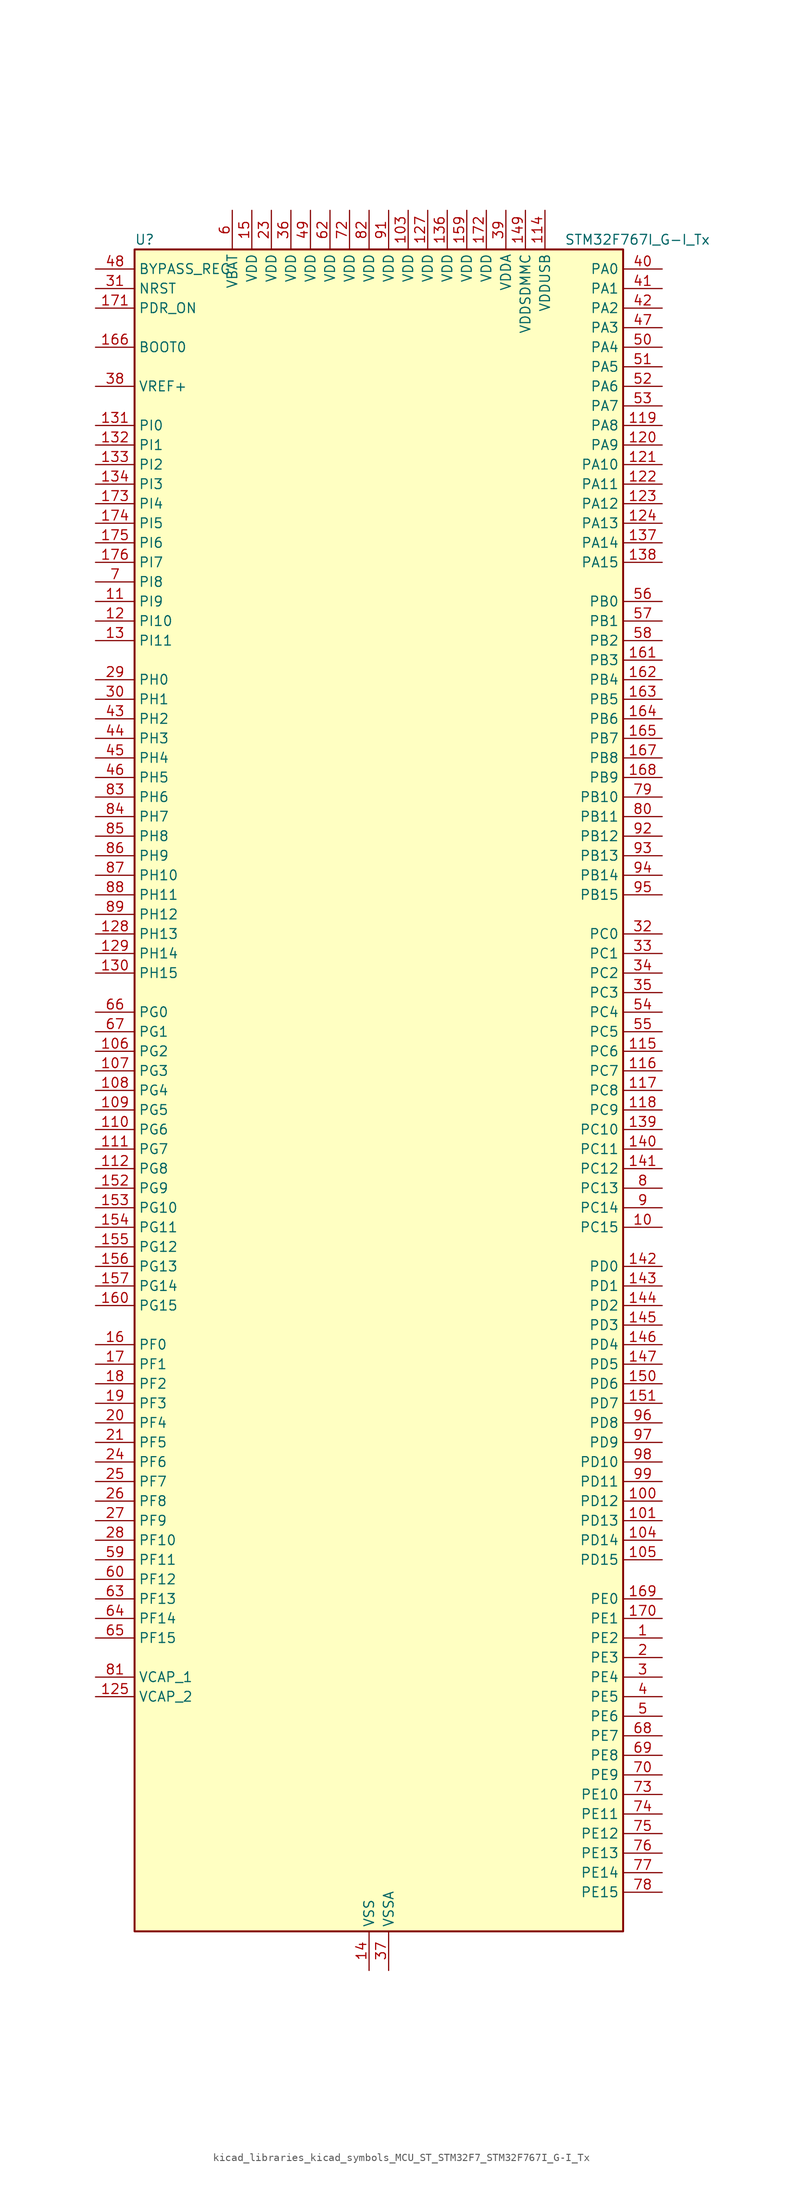
<source format=kicad_sym>
(kicad_symbol_lib
  (version 20220914)
  (generator kicad_symbol_editor)
  (symbol "kicad_libraries_kicad_symbols_MCU_ST_STM32F7_STM32F767I_G-I_Tx"
    (property "Reference" "U"
      (at -30.48 110.49 0)
      (effects (font (size 1.27 1.27)) (justify left)))
    (property "Value" "STM32F767I_G-I_Tx"
      (at 25.4 110.49 0)
      (effects (font (size 1.27 1.27)) (justify left)))
    (property "ki_locked" ""
      (at 0 0 0)
      (effects (font (size 1.27 1.27))))
    (symbol "kicad_libraries_kicad_symbols_MCU_ST_STM32F7_STM32F767I_G-I_Tx_0_1"
      (rectangle (start -30.48 -109.22) (end 33.02 109.22) (stroke (width 0.254) (type default)) (fill (type background))))
    (symbol "kicad_libraries_kicad_symbols_MCU_ST_STM32F7_STM32F767I_G-I_Tx_1_1"
      (pin bidirectional line (at 38.1 -71.12 180) (length 5.08) (name "PE2" (effects (font (size 1.27 1.27)))) (number "1" (effects (font (size 1.27 1.27)))) (alternate "ETH_TXD3" bidirectional line) (alternate "FMC_A23" bidirectional line) (alternate "QUADSPI_BK1_IO2" bidirectional line) (alternate "SAI1_MCLK_A" bidirectional line) (alternate "SPI4_SCK" bidirectional line) (alternate "SYS_TRACECLK" bidirectional line))
      (pin bidirectional line (at 38.1 -17.78 180) (length 5.08) (name "PC15" (effects (font (size 1.27 1.27)))) (number "10" (effects (font (size 1.27 1.27)))) (alternate "RCC_OSC32_OUT" bidirectional line))
      (pin bidirectional line (at 38.1 -53.34 180) (length 5.08) (name "PD12" (effects (font (size 1.27 1.27)))) (number "100" (effects (font (size 1.27 1.27)))) (alternate "FMC_A17" bidirectional line) (alternate "FMC_ALE" bidirectional line) (alternate "I2C4_SCL" bidirectional line) (alternate "LPTIM1_IN1" bidirectional line) (alternate "QUADSPI_BK1_IO1" bidirectional line) (alternate "SAI2_FS_A" bidirectional line) (alternate "TIM4_CH1" bidirectional line) (alternate "USART3_DE" bidirectional line) (alternate "USART3_RTS" bidirectional line))
      (pin bidirectional line (at 38.1 -55.88 180) (length 5.08) (name "PD13" (effects (font (size 1.27 1.27)))) (number "101" (effects (font (size 1.27 1.27)))) (alternate "FMC_A18" bidirectional line) (alternate "I2C4_SDA" bidirectional line) (alternate "LPTIM1_OUT" bidirectional line) (alternate "QUADSPI_BK1_IO3" bidirectional line) (alternate "SAI2_SCK_A" bidirectional line) (alternate "TIM4_CH2" bidirectional line))
      (pin passive line (at 0 -114.3 90) (length 5.08) hide (name "VSS" (effects (font (size 1.27 1.27)))) (number "102" (effects (font (size 1.27 1.27)))))
      (pin power_in line (at 5.08 114.3 270) (length 5.08) (name "VDD" (effects (font (size 1.27 1.27)))) (number "103" (effects (font (size 1.27 1.27)))))
      (pin bidirectional line (at 38.1 -58.42 180) (length 5.08) (name "PD14" (effects (font (size 1.27 1.27)))) (number "104" (effects (font (size 1.27 1.27)))) (alternate "FMC_D0" bidirectional line) (alternate "FMC_DA0" bidirectional line) (alternate "TIM4_CH3" bidirectional line) (alternate "UART8_CTS" bidirectional line))
      (pin bidirectional line (at 38.1 -60.96 180) (length 5.08) (name "PD15" (effects (font (size 1.27 1.27)))) (number "105" (effects (font (size 1.27 1.27)))) (alternate "FMC_D1" bidirectional line) (alternate "FMC_DA1" bidirectional line) (alternate "TIM4_CH4" bidirectional line) (alternate "UART8_DE" bidirectional line) (alternate "UART8_RTS" bidirectional line))
      (pin bidirectional line (at -35.56 5.08 0) (length 5.08) (name "PG2" (effects (font (size 1.27 1.27)))) (number "106" (effects (font (size 1.27 1.27)))) (alternate "FMC_A12" bidirectional line))
      (pin bidirectional line (at -35.56 2.54 0) (length 5.08) (name "PG3" (effects (font (size 1.27 1.27)))) (number "107" (effects (font (size 1.27 1.27)))) (alternate "FMC_A13" bidirectional line))
      (pin bidirectional line (at -35.56 0 0) (length 5.08) (name "PG4" (effects (font (size 1.27 1.27)))) (number "108" (effects (font (size 1.27 1.27)))) (alternate "FMC_A14" bidirectional line) (alternate "FMC_BA0" bidirectional line))
      (pin bidirectional line (at -35.56 -2.54 0) (length 5.08) (name "PG5" (effects (font (size 1.27 1.27)))) (number "109" (effects (font (size 1.27 1.27)))) (alternate "FMC_A15" bidirectional line) (alternate "FMC_BA1" bidirectional line))
      (pin bidirectional line (at -35.56 63.5 0) (length 5.08) (name "PI9" (effects (font (size 1.27 1.27)))) (number "11" (effects (font (size 1.27 1.27)))) (alternate "CAN1_RX" bidirectional line) (alternate "DAC_EXTI9" bidirectional line) (alternate "FMC_D30" bidirectional line) (alternate "LTDC_VSYNC" bidirectional line) (alternate "UART4_RX" bidirectional line))
      (pin bidirectional line (at -35.56 -5.08 0) (length 5.08) (name "PG6" (effects (font (size 1.27 1.27)))) (number "110" (effects (font (size 1.27 1.27)))) (alternate "DCMI_D12" bidirectional line) (alternate "FMC_NE3" bidirectional line) (alternate "LTDC_R7" bidirectional line))
      (pin bidirectional line (at -35.56 -7.62 0) (length 5.08) (name "PG7" (effects (font (size 1.27 1.27)))) (number "111" (effects (font (size 1.27 1.27)))) (alternate "DCMI_D13" bidirectional line) (alternate "FMC_INT" bidirectional line) (alternate "LTDC_CLK" bidirectional line) (alternate "SAI1_MCLK_A" bidirectional line) (alternate "USART6_CK" bidirectional line))
      (pin bidirectional line (at -35.56 -10.16 0) (length 5.08) (name "PG8" (effects (font (size 1.27 1.27)))) (number "112" (effects (font (size 1.27 1.27)))) (alternate "ETH_PPS_OUT" bidirectional line) (alternate "FMC_SDCLK" bidirectional line) (alternate "LTDC_G7" bidirectional line) (alternate "SPDIFRX_IN2" bidirectional line) (alternate "SPI6_NSS" bidirectional line) (alternate "USART6_DE" bidirectional line) (alternate "USART6_RTS" bidirectional line))
      (pin passive line (at 0 -114.3 90) (length 5.08) hide (name "VSS" (effects (font (size 1.27 1.27)))) (number "113" (effects (font (size 1.27 1.27)))))
      (pin power_in line (at 22.86 114.3 270) (length 5.08) (name "VDDUSB" (effects (font (size 1.27 1.27)))) (number "114" (effects (font (size 1.27 1.27)))))
      (pin bidirectional line (at 38.1 5.08 180) (length 5.08) (name "PC6" (effects (font (size 1.27 1.27)))) (number "115" (effects (font (size 1.27 1.27)))) (alternate "DCMI_D0" bidirectional line) (alternate "DFSDM1_CKIN3" bidirectional line) (alternate "FMC_NWAIT" bidirectional line) (alternate "I2S2_MCK" bidirectional line) (alternate "LTDC_HSYNC" bidirectional line) (alternate "SDMMC1_D6" bidirectional line) (alternate "SDMMC2_D6" bidirectional line) (alternate "TIM3_CH1" bidirectional line) (alternate "TIM8_CH1" bidirectional line) (alternate "USART6_TX" bidirectional line))
      (pin bidirectional line (at 38.1 2.54 180) (length 5.08) (name "PC7" (effects (font (size 1.27 1.27)))) (number "116" (effects (font (size 1.27 1.27)))) (alternate "DCMI_D1" bidirectional line) (alternate "DFSDM1_DATIN3" bidirectional line) (alternate "FMC_NE1" bidirectional line) (alternate "I2S3_MCK" bidirectional line) (alternate "LTDC_G6" bidirectional line) (alternate "SDMMC1_D7" bidirectional line) (alternate "SDMMC2_D7" bidirectional line) (alternate "TIM3_CH2" bidirectional line) (alternate "TIM8_CH2" bidirectional line) (alternate "USART6_RX" bidirectional line))
      (pin bidirectional line (at 38.1 0 180) (length 5.08) (name "PC8" (effects (font (size 1.27 1.27)))) (number "117" (effects (font (size 1.27 1.27)))) (alternate "DCMI_D2" bidirectional line) (alternate "FMC_NCE" bidirectional line) (alternate "FMC_NE2" bidirectional line) (alternate "SDMMC1_D0" bidirectional line) (alternate "SYS_TRACED1" bidirectional line) (alternate "TIM3_CH3" bidirectional line) (alternate "TIM8_CH3" bidirectional line) (alternate "UART5_DE" bidirectional line) (alternate "UART5_RTS" bidirectional line) (alternate "USART6_CK" bidirectional line))
      (pin bidirectional line (at 38.1 -2.54 180) (length 5.08) (name "PC9" (effects (font (size 1.27 1.27)))) (number "118" (effects (font (size 1.27 1.27)))) (alternate "DAC_EXTI9" bidirectional line) (alternate "DCMI_D3" bidirectional line) (alternate "I2C3_SDA" bidirectional line) (alternate "I2S_CKIN" bidirectional line) (alternate "LTDC_B2" bidirectional line) (alternate "LTDC_G3" bidirectional line) (alternate "QUADSPI_BK1_IO0" bidirectional line) (alternate "RCC_MCO_2" bidirectional line) (alternate "SDMMC1_D1" bidirectional line) (alternate "TIM3_CH4" bidirectional line) (alternate "TIM8_CH4" bidirectional line) (alternate "UART5_CTS" bidirectional line))
      (pin bidirectional line (at 38.1 86.36 180) (length 5.08) (name "PA8" (effects (font (size 1.27 1.27)))) (number "119" (effects (font (size 1.27 1.27)))) (alternate "CAN3_RX" bidirectional line) (alternate "I2C3_SCL" bidirectional line) (alternate "LTDC_B3" bidirectional line) (alternate "LTDC_R6" bidirectional line) (alternate "RCC_MCO_1" bidirectional line) (alternate "TIM1_CH1" bidirectional line) (alternate "TIM8_BKIN2" bidirectional line) (alternate "UART7_RX" bidirectional line) (alternate "USART1_CK" bidirectional line) (alternate "USB_OTG_FS_SOF" bidirectional line))
      (pin bidirectional line (at -35.56 60.96 0) (length 5.08) (name "PI10" (effects (font (size 1.27 1.27)))) (number "12" (effects (font (size 1.27 1.27)))) (alternate "ETH_RX_ER" bidirectional line) (alternate "FMC_D31" bidirectional line) (alternate "LTDC_HSYNC" bidirectional line))
      (pin bidirectional line (at 38.1 83.82 180) (length 5.08) (name "PA9" (effects (font (size 1.27 1.27)))) (number "120" (effects (font (size 1.27 1.27)))) (alternate "DAC_EXTI9" bidirectional line) (alternate "DCMI_D0" bidirectional line) (alternate "I2C3_SMBA" bidirectional line) (alternate "I2S2_CK" bidirectional line) (alternate "LTDC_R5" bidirectional line) (alternate "SPI2_SCK" bidirectional line) (alternate "TIM1_CH2" bidirectional line) (alternate "USART1_TX" bidirectional line) (alternate "USB_OTG_FS_VBUS" bidirectional line))
      (pin bidirectional line (at 38.1 81.28 180) (length 5.08) (name "PA10" (effects (font (size 1.27 1.27)))) (number "121" (effects (font (size 1.27 1.27)))) (alternate "DCMI_D1" bidirectional line) (alternate "LTDC_B1" bidirectional line) (alternate "LTDC_B4" bidirectional line) (alternate "MDIOS_MDIO" bidirectional line) (alternate "TIM1_CH3" bidirectional line) (alternate "USART1_RX" bidirectional line) (alternate "USB_OTG_FS_ID" bidirectional line))
      (pin bidirectional line (at 38.1 78.74 180) (length 5.08) (name "PA11" (effects (font (size 1.27 1.27)))) (number "122" (effects (font (size 1.27 1.27)))) (alternate "ADC1_EXTI11" bidirectional line) (alternate "ADC2_EXTI11" bidirectional line) (alternate "ADC3_EXTI11" bidirectional line) (alternate "CAN1_RX" bidirectional line) (alternate "I2S2_WS" bidirectional line) (alternate "LTDC_R4" bidirectional line) (alternate "SPI2_NSS" bidirectional line) (alternate "TIM1_CH4" bidirectional line) (alternate "UART4_RX" bidirectional line) (alternate "USART1_CTS" bidirectional line) (alternate "USB_OTG_FS_DM" bidirectional line))
      (pin bidirectional line (at 38.1 76.2 180) (length 5.08) (name "PA12" (effects (font (size 1.27 1.27)))) (number "123" (effects (font (size 1.27 1.27)))) (alternate "CAN1_TX" bidirectional line) (alternate "I2S2_CK" bidirectional line) (alternate "LTDC_R5" bidirectional line) (alternate "SAI2_FS_B" bidirectional line) (alternate "SPI2_SCK" bidirectional line) (alternate "TIM1_ETR" bidirectional line) (alternate "UART4_TX" bidirectional line) (alternate "USART1_DE" bidirectional line) (alternate "USART1_RTS" bidirectional line) (alternate "USB_OTG_FS_DP" bidirectional line))
      (pin bidirectional line (at 38.1 73.66 180) (length 5.08) (name "PA13" (effects (font (size 1.27 1.27)))) (number "124" (effects (font (size 1.27 1.27)))) (alternate "SYS_JTMS-SWDIO" bidirectional line))
      (pin power_out line (at -35.56 -78.74 0) (length 5.08) (name "VCAP_2" (effects (font (size 1.27 1.27)))) (number "125" (effects (font (size 1.27 1.27)))))
      (pin passive line (at 0 -114.3 90) (length 5.08) hide (name "VSS" (effects (font (size 1.27 1.27)))) (number "126" (effects (font (size 1.27 1.27)))))
      (pin power_in line (at 7.62 114.3 270) (length 5.08) (name "VDD" (effects (font (size 1.27 1.27)))) (number "127" (effects (font (size 1.27 1.27)))))
      (pin bidirectional line (at -35.56 20.32 0) (length 5.08) (name "PH13" (effects (font (size 1.27 1.27)))) (number "128" (effects (font (size 1.27 1.27)))) (alternate "CAN1_TX" bidirectional line) (alternate "FMC_D21" bidirectional line) (alternate "LTDC_G2" bidirectional line) (alternate "TIM8_CH1N" bidirectional line) (alternate "UART4_TX" bidirectional line))
      (pin bidirectional line (at -35.56 17.78 0) (length 5.08) (name "PH14" (effects (font (size 1.27 1.27)))) (number "129" (effects (font (size 1.27 1.27)))) (alternate "CAN1_RX" bidirectional line) (alternate "DCMI_D4" bidirectional line) (alternate "FMC_D22" bidirectional line) (alternate "LTDC_G3" bidirectional line) (alternate "TIM8_CH2N" bidirectional line) (alternate "UART4_RX" bidirectional line))
      (pin bidirectional line (at -35.56 58.42 0) (length 5.08) (name "PI11" (effects (font (size 1.27 1.27)))) (number "13" (effects (font (size 1.27 1.27)))) (alternate "ADC1_EXTI11" bidirectional line) (alternate "ADC2_EXTI11" bidirectional line) (alternate "ADC3_EXTI11" bidirectional line) (alternate "LTDC_G6" bidirectional line) (alternate "SYS_WKUP6" bidirectional line) (alternate "USB_OTG_HS_ULPI_DIR" bidirectional line))
      (pin bidirectional line (at -35.56 15.24 0) (length 5.08) (name "PH15" (effects (font (size 1.27 1.27)))) (number "130" (effects (font (size 1.27 1.27)))) (alternate "DCMI_D11" bidirectional line) (alternate "FMC_D23" bidirectional line) (alternate "LTDC_G4" bidirectional line) (alternate "TIM8_CH3N" bidirectional line))
      (pin bidirectional line (at -35.56 86.36 0) (length 5.08) (name "PI0" (effects (font (size 1.27 1.27)))) (number "131" (effects (font (size 1.27 1.27)))) (alternate "DCMI_D13" bidirectional line) (alternate "FMC_D24" bidirectional line) (alternate "I2S2_WS" bidirectional line) (alternate "LTDC_G5" bidirectional line) (alternate "SPI2_NSS" bidirectional line) (alternate "TIM5_CH4" bidirectional line))
      (pin bidirectional line (at -35.56 83.82 0) (length 5.08) (name "PI1" (effects (font (size 1.27 1.27)))) (number "132" (effects (font (size 1.27 1.27)))) (alternate "DCMI_D8" bidirectional line) (alternate "FMC_D25" bidirectional line) (alternate "I2S2_CK" bidirectional line) (alternate "LTDC_G6" bidirectional line) (alternate "SPI2_SCK" bidirectional line) (alternate "TIM8_BKIN2" bidirectional line))
      (pin bidirectional line (at -35.56 81.28 0) (length 5.08) (name "PI2" (effects (font (size 1.27 1.27)))) (number "133" (effects (font (size 1.27 1.27)))) (alternate "DCMI_D9" bidirectional line) (alternate "FMC_D26" bidirectional line) (alternate "LTDC_G7" bidirectional line) (alternate "SPI2_MISO" bidirectional line) (alternate "TIM8_CH4" bidirectional line))
      (pin bidirectional line (at -35.56 78.74 0) (length 5.08) (name "PI3" (effects (font (size 1.27 1.27)))) (number "134" (effects (font (size 1.27 1.27)))) (alternate "DCMI_D10" bidirectional line) (alternate "FMC_D27" bidirectional line) (alternate "I2S2_SD" bidirectional line) (alternate "SPI2_MOSI" bidirectional line) (alternate "TIM8_ETR" bidirectional line))
      (pin passive line (at 0 -114.3 90) (length 5.08) hide (name "VSS" (effects (font (size 1.27 1.27)))) (number "135" (effects (font (size 1.27 1.27)))))
      (pin power_in line (at 10.16 114.3 270) (length 5.08) (name "VDD" (effects (font (size 1.27 1.27)))) (number "136" (effects (font (size 1.27 1.27)))))
      (pin bidirectional line (at 38.1 71.12 180) (length 5.08) (name "PA14" (effects (font (size 1.27 1.27)))) (number "137" (effects (font (size 1.27 1.27)))) (alternate "SYS_JTCK-SWCLK" bidirectional line))
      (pin bidirectional line (at 38.1 68.58 180) (length 5.08) (name "PA15" (effects (font (size 1.27 1.27)))) (number "138" (effects (font (size 1.27 1.27)))) (alternate "CAN3_TX" bidirectional line) (alternate "CEC" bidirectional line) (alternate "I2S1_WS" bidirectional line) (alternate "I2S3_WS" bidirectional line) (alternate "SPI1_NSS" bidirectional line) (alternate "SPI3_NSS" bidirectional line) (alternate "SPI6_NSS" bidirectional line) (alternate "SYS_JTDI" bidirectional line) (alternate "TIM2_CH1" bidirectional line) (alternate "TIM2_ETR" bidirectional line) (alternate "UART4_DE" bidirectional line) (alternate "UART4_RTS" bidirectional line) (alternate "UART7_TX" bidirectional line))
      (pin bidirectional line (at 38.1 -5.08 180) (length 5.08) (name "PC10" (effects (font (size 1.27 1.27)))) (number "139" (effects (font (size 1.27 1.27)))) (alternate "DCMI_D8" bidirectional line) (alternate "DFSDM1_CKIN5" bidirectional line) (alternate "I2S3_CK" bidirectional line) (alternate "LTDC_R2" bidirectional line) (alternate "QUADSPI_BK1_IO1" bidirectional line) (alternate "SDMMC1_D2" bidirectional line) (alternate "SPI3_SCK" bidirectional line) (alternate "UART4_TX" bidirectional line) (alternate "USART3_TX" bidirectional line))
      (pin power_in line (at 0 -114.3 90) (length 5.08) (name "VSS" (effects (font (size 1.27 1.27)))) (number "14" (effects (font (size 1.27 1.27)))))
      (pin bidirectional line (at 38.1 -7.62 180) (length 5.08) (name "PC11" (effects (font (size 1.27 1.27)))) (number "140" (effects (font (size 1.27 1.27)))) (alternate "ADC1_EXTI11" bidirectional line) (alternate "ADC2_EXTI11" bidirectional line) (alternate "ADC3_EXTI11" bidirectional line) (alternate "DCMI_D4" bidirectional line) (alternate "DFSDM1_DATIN5" bidirectional line) (alternate "QUADSPI_BK2_NCS" bidirectional line) (alternate "SDMMC1_D3" bidirectional line) (alternate "SPI3_MISO" bidirectional line) (alternate "UART4_RX" bidirectional line) (alternate "USART3_RX" bidirectional line))
      (pin bidirectional line (at 38.1 -10.16 180) (length 5.08) (name "PC12" (effects (font (size 1.27 1.27)))) (number "141" (effects (font (size 1.27 1.27)))) (alternate "DCMI_D9" bidirectional line) (alternate "I2S3_SD" bidirectional line) (alternate "SDMMC1_CK" bidirectional line) (alternate "SPI3_MOSI" bidirectional line) (alternate "SYS_TRACED3" bidirectional line) (alternate "UART5_TX" bidirectional line) (alternate "USART3_CK" bidirectional line))
      (pin bidirectional line (at 38.1 -22.86 180) (length 5.08) (name "PD0" (effects (font (size 1.27 1.27)))) (number "142" (effects (font (size 1.27 1.27)))) (alternate "CAN1_RX" bidirectional line) (alternate "DFSDM1_CKIN6" bidirectional line) (alternate "DFSDM1_DATIN7" bidirectional line) (alternate "FMC_D2" bidirectional line) (alternate "FMC_DA2" bidirectional line) (alternate "UART4_RX" bidirectional line))
      (pin bidirectional line (at 38.1 -25.4 180) (length 5.08) (name "PD1" (effects (font (size 1.27 1.27)))) (number "143" (effects (font (size 1.27 1.27)))) (alternate "CAN1_TX" bidirectional line) (alternate "DFSDM1_CKIN7" bidirectional line) (alternate "DFSDM1_DATIN6" bidirectional line) (alternate "FMC_D3" bidirectional line) (alternate "FMC_DA3" bidirectional line) (alternate "UART4_TX" bidirectional line))
      (pin bidirectional line (at 38.1 -27.94 180) (length 5.08) (name "PD2" (effects (font (size 1.27 1.27)))) (number "144" (effects (font (size 1.27 1.27)))) (alternate "DCMI_D11" bidirectional line) (alternate "SDMMC1_CMD" bidirectional line) (alternate "SYS_TRACED2" bidirectional line) (alternate "TIM3_ETR" bidirectional line) (alternate "UART5_RX" bidirectional line))
      (pin bidirectional line (at 38.1 -30.48 180) (length 5.08) (name "PD3" (effects (font (size 1.27 1.27)))) (number "145" (effects (font (size 1.27 1.27)))) (alternate "DCMI_D5" bidirectional line) (alternate "DFSDM1_CKOUT" bidirectional line) (alternate "DFSDM1_DATIN0" bidirectional line) (alternate "FMC_CLK" bidirectional line) (alternate "I2S2_CK" bidirectional line) (alternate "LTDC_G7" bidirectional line) (alternate "SPI2_SCK" bidirectional line) (alternate "USART2_CTS" bidirectional line))
      (pin bidirectional line (at 38.1 -33.02 180) (length 5.08) (name "PD4" (effects (font (size 1.27 1.27)))) (number "146" (effects (font (size 1.27 1.27)))) (alternate "DFSDM1_CKIN0" bidirectional line) (alternate "FMC_NOE" bidirectional line) (alternate "USART2_DE" bidirectional line) (alternate "USART2_RTS" bidirectional line))
      (pin bidirectional line (at 38.1 -35.56 180) (length 5.08) (name "PD5" (effects (font (size 1.27 1.27)))) (number "147" (effects (font (size 1.27 1.27)))) (alternate "FMC_NWE" bidirectional line) (alternate "USART2_TX" bidirectional line))
      (pin passive line (at 0 -114.3 90) (length 5.08) hide (name "VSS" (effects (font (size 1.27 1.27)))) (number "148" (effects (font (size 1.27 1.27)))))
      (pin power_in line (at 20.32 114.3 270) (length 5.08) (name "VDDSDMMC" (effects (font (size 1.27 1.27)))) (number "149" (effects (font (size 1.27 1.27)))))
      (pin power_in line (at -15.24 114.3 270) (length 5.08) (name "VDD" (effects (font (size 1.27 1.27)))) (number "15" (effects (font (size 1.27 1.27)))))
      (pin bidirectional line (at 38.1 -38.1 180) (length 5.08) (name "PD6" (effects (font (size 1.27 1.27)))) (number "150" (effects (font (size 1.27 1.27)))) (alternate "DCMI_D10" bidirectional line) (alternate "DFSDM1_CKIN4" bidirectional line) (alternate "DFSDM1_DATIN1" bidirectional line) (alternate "FMC_NWAIT" bidirectional line) (alternate "I2S3_SD" bidirectional line) (alternate "LTDC_B2" bidirectional line) (alternate "SAI1_SD_A" bidirectional line) (alternate "SDMMC2_CK" bidirectional line) (alternate "SPI3_MOSI" bidirectional line) (alternate "USART2_RX" bidirectional line))
      (pin bidirectional line (at 38.1 -40.64 180) (length 5.08) (name "PD7" (effects (font (size 1.27 1.27)))) (number "151" (effects (font (size 1.27 1.27)))) (alternate "DFSDM1_CKIN1" bidirectional line) (alternate "DFSDM1_DATIN4" bidirectional line) (alternate "FMC_NE1" bidirectional line) (alternate "I2S1_SD" bidirectional line) (alternate "SDMMC2_CMD" bidirectional line) (alternate "SPDIFRX_IN0" bidirectional line) (alternate "SPI1_MOSI" bidirectional line) (alternate "USART2_CK" bidirectional line))
      (pin bidirectional line (at -35.56 -12.7 0) (length 5.08) (name "PG9" (effects (font (size 1.27 1.27)))) (number "152" (effects (font (size 1.27 1.27)))) (alternate "DAC_EXTI9" bidirectional line) (alternate "DCMI_VSYNC" bidirectional line) (alternate "FMC_NCE" bidirectional line) (alternate "FMC_NE2" bidirectional line) (alternate "QUADSPI_BK2_IO2" bidirectional line) (alternate "SAI2_FS_B" bidirectional line) (alternate "SDMMC2_D0" bidirectional line) (alternate "SPDIFRX_IN3" bidirectional line) (alternate "SPI1_MISO" bidirectional line) (alternate "USART6_RX" bidirectional line))
      (pin bidirectional line (at -35.56 -15.24 0) (length 5.08) (name "PG10" (effects (font (size 1.27 1.27)))) (number "153" (effects (font (size 1.27 1.27)))) (alternate "DCMI_D2" bidirectional line) (alternate "FMC_NE3" bidirectional line) (alternate "I2S1_WS" bidirectional line) (alternate "LTDC_B2" bidirectional line) (alternate "LTDC_G3" bidirectional line) (alternate "SAI2_SD_B" bidirectional line) (alternate "SDMMC2_D1" bidirectional line) (alternate "SPI1_NSS" bidirectional line))
      (pin bidirectional line (at -35.56 -17.78 0) (length 5.08) (name "PG11" (effects (font (size 1.27 1.27)))) (number "154" (effects (font (size 1.27 1.27)))) (alternate "ADC1_EXTI11" bidirectional line) (alternate "ADC2_EXTI11" bidirectional line) (alternate "ADC3_EXTI11" bidirectional line) (alternate "DCMI_D3" bidirectional line) (alternate "ETH_TX_EN" bidirectional line) (alternate "I2S1_CK" bidirectional line) (alternate "LTDC_B3" bidirectional line) (alternate "SDMMC2_D2" bidirectional line) (alternate "SPDIFRX_IN0" bidirectional line) (alternate "SPI1_SCK" bidirectional line))
      (pin bidirectional line (at -35.56 -20.32 0) (length 5.08) (name "PG12" (effects (font (size 1.27 1.27)))) (number "155" (effects (font (size 1.27 1.27)))) (alternate "FMC_NE4" bidirectional line) (alternate "LPTIM1_IN1" bidirectional line) (alternate "LTDC_B1" bidirectional line) (alternate "LTDC_B4" bidirectional line) (alternate "SDMMC2_D3" bidirectional line) (alternate "SPDIFRX_IN1" bidirectional line) (alternate "SPI6_MISO" bidirectional line) (alternate "USART6_DE" bidirectional line) (alternate "USART6_RTS" bidirectional line))
      (pin bidirectional line (at -35.56 -22.86 0) (length 5.08) (name "PG13" (effects (font (size 1.27 1.27)))) (number "156" (effects (font (size 1.27 1.27)))) (alternate "ETH_TXD0" bidirectional line) (alternate "FMC_A24" bidirectional line) (alternate "LPTIM1_OUT" bidirectional line) (alternate "LTDC_R0" bidirectional line) (alternate "SPI6_SCK" bidirectional line) (alternate "SYS_TRACED0" bidirectional line) (alternate "USART6_CTS" bidirectional line))
      (pin bidirectional line (at -35.56 -25.4 0) (length 5.08) (name "PG14" (effects (font (size 1.27 1.27)))) (number "157" (effects (font (size 1.27 1.27)))) (alternate "ETH_TXD1" bidirectional line) (alternate "FMC_A25" bidirectional line) (alternate "LPTIM1_ETR" bidirectional line) (alternate "LTDC_B0" bidirectional line) (alternate "QUADSPI_BK2_IO3" bidirectional line) (alternate "SPI6_MOSI" bidirectional line) (alternate "SYS_TRACED1" bidirectional line) (alternate "USART6_TX" bidirectional line))
      (pin passive line (at 0 -114.3 90) (length 5.08) hide (name "VSS" (effects (font (size 1.27 1.27)))) (number "158" (effects (font (size 1.27 1.27)))))
      (pin power_in line (at 12.7 114.3 270) (length 5.08) (name "VDD" (effects (font (size 1.27 1.27)))) (number "159" (effects (font (size 1.27 1.27)))))
      (pin bidirectional line (at -35.56 -33.02 0) (length 5.08) (name "PF0" (effects (font (size 1.27 1.27)))) (number "16" (effects (font (size 1.27 1.27)))) (alternate "FMC_A0" bidirectional line) (alternate "I2C2_SDA" bidirectional line))
      (pin bidirectional line (at -35.56 -27.94 0) (length 5.08) (name "PG15" (effects (font (size 1.27 1.27)))) (number "160" (effects (font (size 1.27 1.27)))) (alternate "DCMI_D13" bidirectional line) (alternate "FMC_SDNCAS" bidirectional line) (alternate "USART6_CTS" bidirectional line))
      (pin bidirectional line (at 38.1 55.88 180) (length 5.08) (name "PB3" (effects (font (size 1.27 1.27)))) (number "161" (effects (font (size 1.27 1.27)))) (alternate "CAN3_RX" bidirectional line) (alternate "I2S1_CK" bidirectional line) (alternate "I2S3_CK" bidirectional line) (alternate "SDMMC2_D2" bidirectional line) (alternate "SPI1_SCK" bidirectional line) (alternate "SPI3_SCK" bidirectional line) (alternate "SPI6_SCK" bidirectional line) (alternate "SYS_JTDO-SWO" bidirectional line) (alternate "TIM2_CH2" bidirectional line) (alternate "UART7_RX" bidirectional line))
      (pin bidirectional line (at 38.1 53.34 180) (length 5.08) (name "PB4" (effects (font (size 1.27 1.27)))) (number "162" (effects (font (size 1.27 1.27)))) (alternate "CAN3_TX" bidirectional line) (alternate "I2S2_WS" bidirectional line) (alternate "SDMMC2_D3" bidirectional line) (alternate "SPI1_MISO" bidirectional line) (alternate "SPI2_NSS" bidirectional line) (alternate "SPI3_MISO" bidirectional line) (alternate "SPI6_MISO" bidirectional line) (alternate "SYS_JTRST" bidirectional line) (alternate "TIM3_CH1" bidirectional line) (alternate "UART7_TX" bidirectional line))
      (pin bidirectional line (at 38.1 50.8 180) (length 5.08) (name "PB5" (effects (font (size 1.27 1.27)))) (number "163" (effects (font (size 1.27 1.27)))) (alternate "CAN2_RX" bidirectional line) (alternate "DCMI_D10" bidirectional line) (alternate "ETH_PPS_OUT" bidirectional line) (alternate "FMC_SDCKE1" bidirectional line) (alternate "I2C1_SMBA" bidirectional line) (alternate "I2S1_SD" bidirectional line) (alternate "I2S3_SD" bidirectional line) (alternate "LTDC_G7" bidirectional line) (alternate "SPI1_MOSI" bidirectional line) (alternate "SPI3_MOSI" bidirectional line) (alternate "SPI6_MOSI" bidirectional line) (alternate "TIM3_CH2" bidirectional line) (alternate "UART5_RX" bidirectional line) (alternate "USB_OTG_HS_ULPI_D7" bidirectional line))
      (pin bidirectional line (at 38.1 48.26 180) (length 5.08) (name "PB6" (effects (font (size 1.27 1.27)))) (number "164" (effects (font (size 1.27 1.27)))) (alternate "CAN2_TX" bidirectional line) (alternate "CEC" bidirectional line) (alternate "DCMI_D5" bidirectional line) (alternate "DFSDM1_DATIN5" bidirectional line) (alternate "FMC_SDNE1" bidirectional line) (alternate "I2C1_SCL" bidirectional line) (alternate "I2C4_SCL" bidirectional line) (alternate "QUADSPI_BK1_NCS" bidirectional line) (alternate "TIM4_CH1" bidirectional line) (alternate "UART5_TX" bidirectional line) (alternate "USART1_TX" bidirectional line))
      (pin bidirectional line (at 38.1 45.72 180) (length 5.08) (name "PB7" (effects (font (size 1.27 1.27)))) (number "165" (effects (font (size 1.27 1.27)))) (alternate "DCMI_VSYNC" bidirectional line) (alternate "DFSDM1_CKIN5" bidirectional line) (alternate "FMC_NL" bidirectional line) (alternate "I2C1_SDA" bidirectional line) (alternate "I2C4_SDA" bidirectional line) (alternate "TIM4_CH2" bidirectional line) (alternate "USART1_RX" bidirectional line))
      (pin input line (at -35.56 96.52 0) (length 5.08) (name "BOOT0" (effects (font (size 1.27 1.27)))) (number "166" (effects (font (size 1.27 1.27)))))
      (pin bidirectional line (at 38.1 43.18 180) (length 5.08) (name "PB8" (effects (font (size 1.27 1.27)))) (number "167" (effects (font (size 1.27 1.27)))) (alternate "CAN1_RX" bidirectional line) (alternate "DCMI_D6" bidirectional line) (alternate "DFSDM1_CKIN7" bidirectional line) (alternate "ETH_TXD3" bidirectional line) (alternate "I2C1_SCL" bidirectional line) (alternate "I2C4_SCL" bidirectional line) (alternate "LTDC_B6" bidirectional line) (alternate "SDMMC1_D4" bidirectional line) (alternate "SDMMC2_D4" bidirectional line) (alternate "TIM10_CH1" bidirectional line) (alternate "TIM4_CH3" bidirectional line) (alternate "UART5_RX" bidirectional line))
      (pin bidirectional line (at 38.1 40.64 180) (length 5.08) (name "PB9" (effects (font (size 1.27 1.27)))) (number "168" (effects (font (size 1.27 1.27)))) (alternate "CAN1_TX" bidirectional line) (alternate "DAC_EXTI9" bidirectional line) (alternate "DCMI_D7" bidirectional line) (alternate "DFSDM1_DATIN7" bidirectional line) (alternate "I2C1_SDA" bidirectional line) (alternate "I2C4_SDA" bidirectional line) (alternate "I2C4_SMBA" bidirectional line) (alternate "I2S2_WS" bidirectional line) (alternate "LTDC_B7" bidirectional line) (alternate "SDMMC1_D5" bidirectional line) (alternate "SDMMC2_D5" bidirectional line) (alternate "SPI2_NSS" bidirectional line) (alternate "TIM11_CH1" bidirectional line) (alternate "TIM4_CH4" bidirectional line) (alternate "UART5_TX" bidirectional line))
      (pin bidirectional line (at 38.1 -66.04 180) (length 5.08) (name "PE0" (effects (font (size 1.27 1.27)))) (number "169" (effects (font (size 1.27 1.27)))) (alternate "DCMI_D2" bidirectional line) (alternate "FMC_NBL0" bidirectional line) (alternate "LPTIM1_ETR" bidirectional line) (alternate "SAI2_MCLK_A" bidirectional line) (alternate "TIM4_ETR" bidirectional line) (alternate "UART8_RX" bidirectional line))
      (pin bidirectional line (at -35.56 -35.56 0) (length 5.08) (name "PF1" (effects (font (size 1.27 1.27)))) (number "17" (effects (font (size 1.27 1.27)))) (alternate "FMC_A1" bidirectional line) (alternate "I2C2_SCL" bidirectional line))
      (pin bidirectional line (at 38.1 -68.58 180) (length 5.08) (name "PE1" (effects (font (size 1.27 1.27)))) (number "170" (effects (font (size 1.27 1.27)))) (alternate "DCMI_D3" bidirectional line) (alternate "FMC_NBL1" bidirectional line) (alternate "LPTIM1_IN2" bidirectional line) (alternate "UART8_TX" bidirectional line))
      (pin input line (at -35.56 101.6 0) (length 5.08) (name "PDR_ON" (effects (font (size 1.27 1.27)))) (number "171" (effects (font (size 1.27 1.27)))))
      (pin power_in line (at 15.24 114.3 270) (length 5.08) (name "VDD" (effects (font (size 1.27 1.27)))) (number "172" (effects (font (size 1.27 1.27)))))
      (pin bidirectional line (at -35.56 76.2 0) (length 5.08) (name "PI4" (effects (font (size 1.27 1.27)))) (number "173" (effects (font (size 1.27 1.27)))) (alternate "DCMI_D5" bidirectional line) (alternate "FMC_NBL2" bidirectional line) (alternate "LTDC_B4" bidirectional line) (alternate "SAI2_MCLK_A" bidirectional line) (alternate "TIM8_BKIN" bidirectional line))
      (pin bidirectional line (at -35.56 73.66 0) (length 5.08) (name "PI5" (effects (font (size 1.27 1.27)))) (number "174" (effects (font (size 1.27 1.27)))) (alternate "DCMI_VSYNC" bidirectional line) (alternate "FMC_NBL3" bidirectional line) (alternate "LTDC_B5" bidirectional line) (alternate "SAI2_SCK_A" bidirectional line) (alternate "TIM8_CH1" bidirectional line))
      (pin bidirectional line (at -35.56 71.12 0) (length 5.08) (name "PI6" (effects (font (size 1.27 1.27)))) (number "175" (effects (font (size 1.27 1.27)))) (alternate "DCMI_D6" bidirectional line) (alternate "FMC_D28" bidirectional line) (alternate "LTDC_B6" bidirectional line) (alternate "SAI2_SD_A" bidirectional line) (alternate "TIM8_CH2" bidirectional line))
      (pin bidirectional line (at -35.56 68.58 0) (length 5.08) (name "PI7" (effects (font (size 1.27 1.27)))) (number "176" (effects (font (size 1.27 1.27)))) (alternate "DCMI_D7" bidirectional line) (alternate "FMC_D29" bidirectional line) (alternate "LTDC_B7" bidirectional line) (alternate "SAI2_FS_A" bidirectional line) (alternate "TIM8_CH3" bidirectional line))
      (pin bidirectional line (at -35.56 -38.1 0) (length 5.08) (name "PF2" (effects (font (size 1.27 1.27)))) (number "18" (effects (font (size 1.27 1.27)))) (alternate "FMC_A2" bidirectional line) (alternate "I2C2_SMBA" bidirectional line))
      (pin bidirectional line (at -35.56 -40.64 0) (length 5.08) (name "PF3" (effects (font (size 1.27 1.27)))) (number "19" (effects (font (size 1.27 1.27)))) (alternate "ADC3_IN9" bidirectional line) (alternate "FMC_A3" bidirectional line))
      (pin bidirectional line (at 38.1 -73.66 180) (length 5.08) (name "PE3" (effects (font (size 1.27 1.27)))) (number "2" (effects (font (size 1.27 1.27)))) (alternate "FMC_A19" bidirectional line) (alternate "SAI1_SD_B" bidirectional line) (alternate "SYS_TRACED0" bidirectional line))
      (pin bidirectional line (at -35.56 -43.18 0) (length 5.08) (name "PF4" (effects (font (size 1.27 1.27)))) (number "20" (effects (font (size 1.27 1.27)))) (alternate "ADC3_IN14" bidirectional line) (alternate "FMC_A4" bidirectional line))
      (pin bidirectional line (at -35.56 -45.72 0) (length 5.08) (name "PF5" (effects (font (size 1.27 1.27)))) (number "21" (effects (font (size 1.27 1.27)))) (alternate "ADC3_IN15" bidirectional line) (alternate "FMC_A5" bidirectional line))
      (pin passive line (at 0 -114.3 90) (length 5.08) hide (name "VSS" (effects (font (size 1.27 1.27)))) (number "22" (effects (font (size 1.27 1.27)))))
      (pin power_in line (at -12.7 114.3 270) (length 5.08) (name "VDD" (effects (font (size 1.27 1.27)))) (number "23" (effects (font (size 1.27 1.27)))))
      (pin bidirectional line (at -35.56 -48.26 0) (length 5.08) (name "PF6" (effects (font (size 1.27 1.27)))) (number "24" (effects (font (size 1.27 1.27)))) (alternate "ADC3_IN4" bidirectional line) (alternate "QUADSPI_BK1_IO3" bidirectional line) (alternate "SAI1_SD_B" bidirectional line) (alternate "SPI5_NSS" bidirectional line) (alternate "TIM10_CH1" bidirectional line) (alternate "UART7_RX" bidirectional line))
      (pin bidirectional line (at -35.56 -50.8 0) (length 5.08) (name "PF7" (effects (font (size 1.27 1.27)))) (number "25" (effects (font (size 1.27 1.27)))) (alternate "ADC3_IN5" bidirectional line) (alternate "QUADSPI_BK1_IO2" bidirectional line) (alternate "SAI1_MCLK_B" bidirectional line) (alternate "SPI5_SCK" bidirectional line) (alternate "TIM11_CH1" bidirectional line) (alternate "UART7_TX" bidirectional line))
      (pin bidirectional line (at -35.56 -53.34 0) (length 5.08) (name "PF8" (effects (font (size 1.27 1.27)))) (number "26" (effects (font (size 1.27 1.27)))) (alternate "ADC3_IN6" bidirectional line) (alternate "QUADSPI_BK1_IO0" bidirectional line) (alternate "SAI1_SCK_B" bidirectional line) (alternate "SPI5_MISO" bidirectional line) (alternate "TIM13_CH1" bidirectional line) (alternate "UART7_DE" bidirectional line) (alternate "UART7_RTS" bidirectional line))
      (pin bidirectional line (at -35.56 -55.88 0) (length 5.08) (name "PF9" (effects (font (size 1.27 1.27)))) (number "27" (effects (font (size 1.27 1.27)))) (alternate "ADC3_IN7" bidirectional line) (alternate "DAC_EXTI9" bidirectional line) (alternate "QUADSPI_BK1_IO1" bidirectional line) (alternate "SAI1_FS_B" bidirectional line) (alternate "SPI5_MOSI" bidirectional line) (alternate "TIM14_CH1" bidirectional line) (alternate "UART7_CTS" bidirectional line))
      (pin bidirectional line (at -35.56 -58.42 0) (length 5.08) (name "PF10" (effects (font (size 1.27 1.27)))) (number "28" (effects (font (size 1.27 1.27)))) (alternate "ADC3_IN8" bidirectional line) (alternate "DCMI_D11" bidirectional line) (alternate "LTDC_DE" bidirectional line) (alternate "QUADSPI_CLK" bidirectional line))
      (pin bidirectional line (at -35.56 53.34 0) (length 5.08) (name "PH0" (effects (font (size 1.27 1.27)))) (number "29" (effects (font (size 1.27 1.27)))) (alternate "RCC_OSC_IN" bidirectional line))
      (pin bidirectional line (at 38.1 -76.2 180) (length 5.08) (name "PE4" (effects (font (size 1.27 1.27)))) (number "3" (effects (font (size 1.27 1.27)))) (alternate "DCMI_D4" bidirectional line) (alternate "DFSDM1_DATIN3" bidirectional line) (alternate "FMC_A20" bidirectional line) (alternate "LTDC_B0" bidirectional line) (alternate "SAI1_FS_A" bidirectional line) (alternate "SPI4_NSS" bidirectional line) (alternate "SYS_TRACED1" bidirectional line))
      (pin bidirectional line (at -35.56 50.8 0) (length 5.08) (name "PH1" (effects (font (size 1.27 1.27)))) (number "30" (effects (font (size 1.27 1.27)))) (alternate "RCC_OSC_OUT" bidirectional line))
      (pin input line (at -35.56 104.14 0) (length 5.08) (name "NRST" (effects (font (size 1.27 1.27)))) (number "31" (effects (font (size 1.27 1.27)))))
      (pin bidirectional line (at 38.1 20.32 180) (length 5.08) (name "PC0" (effects (font (size 1.27 1.27)))) (number "32" (effects (font (size 1.27 1.27)))) (alternate "ADC1_IN10" bidirectional line) (alternate "ADC2_IN10" bidirectional line) (alternate "ADC3_IN10" bidirectional line) (alternate "DFSDM1_CKIN0" bidirectional line) (alternate "DFSDM1_DATIN4" bidirectional line) (alternate "FMC_SDNWE" bidirectional line) (alternate "LTDC_R5" bidirectional line) (alternate "SAI2_FS_B" bidirectional line) (alternate "USB_OTG_HS_ULPI_STP" bidirectional line))
      (pin bidirectional line (at 38.1 17.78 180) (length 5.08) (name "PC1" (effects (font (size 1.27 1.27)))) (number "33" (effects (font (size 1.27 1.27)))) (alternate "ADC1_IN11" bidirectional line) (alternate "ADC2_IN11" bidirectional line) (alternate "ADC3_IN11" bidirectional line) (alternate "DFSDM1_CKIN4" bidirectional line) (alternate "DFSDM1_DATIN0" bidirectional line) (alternate "ETH_MDC" bidirectional line) (alternate "I2S2_SD" bidirectional line) (alternate "MDIOS_MDC" bidirectional line) (alternate "RTC_TAMP3" bidirectional line) (alternate "RTC_TS" bidirectional line) (alternate "SAI1_SD_A" bidirectional line) (alternate "SPI2_MOSI" bidirectional line) (alternate "SYS_TRACED0" bidirectional line) (alternate "SYS_WKUP3" bidirectional line))
      (pin bidirectional line (at 38.1 15.24 180) (length 5.08) (name "PC2" (effects (font (size 1.27 1.27)))) (number "34" (effects (font (size 1.27 1.27)))) (alternate "ADC1_IN12" bidirectional line) (alternate "ADC2_IN12" bidirectional line) (alternate "ADC3_IN12" bidirectional line) (alternate "DFSDM1_CKIN1" bidirectional line) (alternate "DFSDM1_CKOUT" bidirectional line) (alternate "ETH_TXD2" bidirectional line) (alternate "FMC_SDNE0" bidirectional line) (alternate "SPI2_MISO" bidirectional line) (alternate "USB_OTG_HS_ULPI_DIR" bidirectional line))
      (pin bidirectional line (at 38.1 12.7 180) (length 5.08) (name "PC3" (effects (font (size 1.27 1.27)))) (number "35" (effects (font (size 1.27 1.27)))) (alternate "ADC1_IN13" bidirectional line) (alternate "ADC2_IN13" bidirectional line) (alternate "ADC3_IN13" bidirectional line) (alternate "DFSDM1_DATIN1" bidirectional line) (alternate "ETH_TX_CLK" bidirectional line) (alternate "FMC_SDCKE0" bidirectional line) (alternate "I2S2_SD" bidirectional line) (alternate "SPI2_MOSI" bidirectional line) (alternate "USB_OTG_HS_ULPI_NXT" bidirectional line))
      (pin power_in line (at -10.16 114.3 270) (length 5.08) (name "VDD" (effects (font (size 1.27 1.27)))) (number "36" (effects (font (size 1.27 1.27)))))
      (pin power_in line (at 2.54 -114.3 90) (length 5.08) (name "VSSA" (effects (font (size 1.27 1.27)))) (number "37" (effects (font (size 1.27 1.27)))))
      (pin input line (at -35.56 91.44 0) (length 5.08) (name "VREF+" (effects (font (size 1.27 1.27)))) (number "38" (effects (font (size 1.27 1.27)))))
      (pin power_in line (at 17.78 114.3 270) (length 5.08) (name "VDDA" (effects (font (size 1.27 1.27)))) (number "39" (effects (font (size 1.27 1.27)))))
      (pin bidirectional line (at 38.1 -78.74 180) (length 5.08) (name "PE5" (effects (font (size 1.27 1.27)))) (number "4" (effects (font (size 1.27 1.27)))) (alternate "DCMI_D6" bidirectional line) (alternate "DFSDM1_CKIN3" bidirectional line) (alternate "FMC_A21" bidirectional line) (alternate "LTDC_G0" bidirectional line) (alternate "SAI1_SCK_A" bidirectional line) (alternate "SPI4_MISO" bidirectional line) (alternate "SYS_TRACED2" bidirectional line) (alternate "TIM9_CH1" bidirectional line))
      (pin bidirectional line (at 38.1 106.68 180) (length 5.08) (name "PA0" (effects (font (size 1.27 1.27)))) (number "40" (effects (font (size 1.27 1.27)))) (alternate "ADC1_IN0" bidirectional line) (alternate "ADC2_IN0" bidirectional line) (alternate "ADC3_IN0" bidirectional line) (alternate "ETH_CRS" bidirectional line) (alternate "SAI2_SD_B" bidirectional line) (alternate "SYS_WKUP1" bidirectional line) (alternate "TIM2_CH1" bidirectional line) (alternate "TIM2_ETR" bidirectional line) (alternate "TIM5_CH1" bidirectional line) (alternate "TIM8_ETR" bidirectional line) (alternate "UART4_TX" bidirectional line) (alternate "USART2_CTS" bidirectional line))
      (pin bidirectional line (at 38.1 104.14 180) (length 5.08) (name "PA1" (effects (font (size 1.27 1.27)))) (number "41" (effects (font (size 1.27 1.27)))) (alternate "ADC1_IN1" bidirectional line) (alternate "ADC2_IN1" bidirectional line) (alternate "ADC3_IN1" bidirectional line) (alternate "ETH_REF_CLK" bidirectional line) (alternate "ETH_RX_CLK" bidirectional line) (alternate "LTDC_R2" bidirectional line) (alternate "QUADSPI_BK1_IO3" bidirectional line) (alternate "SAI2_MCLK_B" bidirectional line) (alternate "TIM2_CH2" bidirectional line) (alternate "TIM5_CH2" bidirectional line) (alternate "UART4_RX" bidirectional line) (alternate "USART2_DE" bidirectional line) (alternate "USART2_RTS" bidirectional line))
      (pin bidirectional line (at 38.1 101.6 180) (length 5.08) (name "PA2" (effects (font (size 1.27 1.27)))) (number "42" (effects (font (size 1.27 1.27)))) (alternate "ADC1_IN2" bidirectional line) (alternate "ADC2_IN2" bidirectional line) (alternate "ADC3_IN2" bidirectional line) (alternate "ETH_MDIO" bidirectional line) (alternate "LTDC_R1" bidirectional line) (alternate "MDIOS_MDIO" bidirectional line) (alternate "SAI2_SCK_B" bidirectional line) (alternate "SYS_WKUP2" bidirectional line) (alternate "TIM2_CH3" bidirectional line) (alternate "TIM5_CH3" bidirectional line) (alternate "TIM9_CH1" bidirectional line) (alternate "USART2_TX" bidirectional line))
      (pin bidirectional line (at -35.56 48.26 0) (length 5.08) (name "PH2" (effects (font (size 1.27 1.27)))) (number "43" (effects (font (size 1.27 1.27)))) (alternate "ETH_CRS" bidirectional line) (alternate "FMC_SDCKE0" bidirectional line) (alternate "LPTIM1_IN2" bidirectional line) (alternate "LTDC_R0" bidirectional line) (alternate "QUADSPI_BK2_IO0" bidirectional line) (alternate "SAI2_SCK_B" bidirectional line))
      (pin bidirectional line (at -35.56 45.72 0) (length 5.08) (name "PH3" (effects (font (size 1.27 1.27)))) (number "44" (effects (font (size 1.27 1.27)))) (alternate "ETH_COL" bidirectional line) (alternate "FMC_SDNE0" bidirectional line) (alternate "LTDC_R1" bidirectional line) (alternate "QUADSPI_BK2_IO1" bidirectional line) (alternate "SAI2_MCLK_B" bidirectional line))
      (pin bidirectional line (at -35.56 43.18 0) (length 5.08) (name "PH4" (effects (font (size 1.27 1.27)))) (number "45" (effects (font (size 1.27 1.27)))) (alternate "I2C2_SCL" bidirectional line) (alternate "LTDC_G4" bidirectional line) (alternate "LTDC_G5" bidirectional line) (alternate "USB_OTG_HS_ULPI_NXT" bidirectional line))
      (pin bidirectional line (at -35.56 40.64 0) (length 5.08) (name "PH5" (effects (font (size 1.27 1.27)))) (number "46" (effects (font (size 1.27 1.27)))) (alternate "FMC_SDNWE" bidirectional line) (alternate "I2C2_SDA" bidirectional line) (alternate "SPI5_NSS" bidirectional line))
      (pin bidirectional line (at 38.1 99.06 180) (length 5.08) (name "PA3" (effects (font (size 1.27 1.27)))) (number "47" (effects (font (size 1.27 1.27)))) (alternate "ADC1_IN3" bidirectional line) (alternate "ADC2_IN3" bidirectional line) (alternate "ADC3_IN3" bidirectional line) (alternate "ETH_COL" bidirectional line) (alternate "LTDC_B2" bidirectional line) (alternate "LTDC_B5" bidirectional line) (alternate "TIM2_CH4" bidirectional line) (alternate "TIM5_CH4" bidirectional line) (alternate "TIM9_CH2" bidirectional line) (alternate "USART2_RX" bidirectional line) (alternate "USB_OTG_HS_ULPI_D0" bidirectional line))
      (pin input line (at -35.56 106.68 0) (length 5.08) (name "BYPASS_REG" (effects (font (size 1.27 1.27)))) (number "48" (effects (font (size 1.27 1.27)))))
      (pin power_in line (at -7.62 114.3 270) (length 5.08) (name "VDD" (effects (font (size 1.27 1.27)))) (number "49" (effects (font (size 1.27 1.27)))))
      (pin bidirectional line (at 38.1 -81.28 180) (length 5.08) (name "PE6" (effects (font (size 1.27 1.27)))) (number "5" (effects (font (size 1.27 1.27)))) (alternate "DCMI_D7" bidirectional line) (alternate "FMC_A22" bidirectional line) (alternate "LTDC_G1" bidirectional line) (alternate "SAI1_SD_A" bidirectional line) (alternate "SAI2_MCLK_B" bidirectional line) (alternate "SPI4_MOSI" bidirectional line) (alternate "SYS_TRACED3" bidirectional line) (alternate "TIM1_BKIN2" bidirectional line) (alternate "TIM9_CH2" bidirectional line))
      (pin bidirectional line (at 38.1 96.52 180) (length 5.08) (name "PA4" (effects (font (size 1.27 1.27)))) (number "50" (effects (font (size 1.27 1.27)))) (alternate "ADC1_IN4" bidirectional line) (alternate "ADC2_IN4" bidirectional line) (alternate "DAC_OUT1" bidirectional line) (alternate "DCMI_HSYNC" bidirectional line) (alternate "I2S1_WS" bidirectional line) (alternate "I2S3_WS" bidirectional line) (alternate "LTDC_VSYNC" bidirectional line) (alternate "SPI1_NSS" bidirectional line) (alternate "SPI3_NSS" bidirectional line) (alternate "SPI6_NSS" bidirectional line) (alternate "USART2_CK" bidirectional line) (alternate "USB_OTG_HS_SOF" bidirectional line))
      (pin bidirectional line (at 38.1 93.98 180) (length 5.08) (name "PA5" (effects (font (size 1.27 1.27)))) (number "51" (effects (font (size 1.27 1.27)))) (alternate "ADC1_IN5" bidirectional line) (alternate "ADC2_IN5" bidirectional line) (alternate "DAC_OUT2" bidirectional line) (alternate "I2S1_CK" bidirectional line) (alternate "LTDC_R4" bidirectional line) (alternate "SPI1_SCK" bidirectional line) (alternate "SPI6_SCK" bidirectional line) (alternate "TIM2_CH1" bidirectional line) (alternate "TIM2_ETR" bidirectional line) (alternate "TIM8_CH1N" bidirectional line) (alternate "USB_OTG_HS_ULPI_CK" bidirectional line))
      (pin bidirectional line (at 38.1 91.44 180) (length 5.08) (name "PA6" (effects (font (size 1.27 1.27)))) (number "52" (effects (font (size 1.27 1.27)))) (alternate "ADC1_IN6" bidirectional line) (alternate "ADC2_IN6" bidirectional line) (alternate "DCMI_PIXCLK" bidirectional line) (alternate "LTDC_G2" bidirectional line) (alternate "MDIOS_MDC" bidirectional line) (alternate "SPI1_MISO" bidirectional line) (alternate "SPI6_MISO" bidirectional line) (alternate "TIM13_CH1" bidirectional line) (alternate "TIM1_BKIN" bidirectional line) (alternate "TIM3_CH1" bidirectional line) (alternate "TIM8_BKIN" bidirectional line))
      (pin bidirectional line (at 38.1 88.9 180) (length 5.08) (name "PA7" (effects (font (size 1.27 1.27)))) (number "53" (effects (font (size 1.27 1.27)))) (alternate "ADC1_IN7" bidirectional line) (alternate "ADC2_IN7" bidirectional line) (alternate "ETH_CRS_DV" bidirectional line) (alternate "ETH_RX_DV" bidirectional line) (alternate "FMC_SDNWE" bidirectional line) (alternate "I2S1_SD" bidirectional line) (alternate "SPI1_MOSI" bidirectional line) (alternate "SPI6_MOSI" bidirectional line) (alternate "TIM14_CH1" bidirectional line) (alternate "TIM1_CH1N" bidirectional line) (alternate "TIM3_CH2" bidirectional line) (alternate "TIM8_CH1N" bidirectional line))
      (pin bidirectional line (at 38.1 10.16 180) (length 5.08) (name "PC4" (effects (font (size 1.27 1.27)))) (number "54" (effects (font (size 1.27 1.27)))) (alternate "ADC1_IN14" bidirectional line) (alternate "ADC2_IN14" bidirectional line) (alternate "DFSDM1_CKIN2" bidirectional line) (alternate "ETH_RXD0" bidirectional line) (alternate "FMC_SDNE0" bidirectional line) (alternate "I2S1_MCK" bidirectional line) (alternate "SPDIFRX_IN2" bidirectional line))
      (pin bidirectional line (at 38.1 7.62 180) (length 5.08) (name "PC5" (effects (font (size 1.27 1.27)))) (number "55" (effects (font (size 1.27 1.27)))) (alternate "ADC1_IN15" bidirectional line) (alternate "ADC2_IN15" bidirectional line) (alternate "DFSDM1_DATIN2" bidirectional line) (alternate "ETH_RXD1" bidirectional line) (alternate "FMC_SDCKE0" bidirectional line) (alternate "SPDIFRX_IN3" bidirectional line))
      (pin bidirectional line (at 38.1 63.5 180) (length 5.08) (name "PB0" (effects (font (size 1.27 1.27)))) (number "56" (effects (font (size 1.27 1.27)))) (alternate "ADC1_IN8" bidirectional line) (alternate "ADC2_IN8" bidirectional line) (alternate "DFSDM1_CKOUT" bidirectional line) (alternate "ETH_RXD2" bidirectional line) (alternate "LTDC_G1" bidirectional line) (alternate "LTDC_R3" bidirectional line) (alternate "TIM1_CH2N" bidirectional line) (alternate "TIM3_CH3" bidirectional line) (alternate "TIM8_CH2N" bidirectional line) (alternate "UART4_CTS" bidirectional line) (alternate "USB_OTG_HS_ULPI_D1" bidirectional line))
      (pin bidirectional line (at 38.1 60.96 180) (length 5.08) (name "PB1" (effects (font (size 1.27 1.27)))) (number "57" (effects (font (size 1.27 1.27)))) (alternate "ADC1_IN9" bidirectional line) (alternate "ADC2_IN9" bidirectional line) (alternate "DFSDM1_DATIN1" bidirectional line) (alternate "ETH_RXD3" bidirectional line) (alternate "LTDC_G0" bidirectional line) (alternate "LTDC_R6" bidirectional line) (alternate "TIM1_CH3N" bidirectional line) (alternate "TIM3_CH4" bidirectional line) (alternate "TIM8_CH3N" bidirectional line) (alternate "USB_OTG_HS_ULPI_D2" bidirectional line))
      (pin bidirectional line (at 38.1 58.42 180) (length 5.08) (name "PB2" (effects (font (size 1.27 1.27)))) (number "58" (effects (font (size 1.27 1.27)))) (alternate "DFSDM1_CKIN1" bidirectional line) (alternate "I2S3_SD" bidirectional line) (alternate "QUADSPI_CLK" bidirectional line) (alternate "SAI1_SD_A" bidirectional line) (alternate "SPI3_MOSI" bidirectional line))
      (pin bidirectional line (at -35.56 -60.96 0) (length 5.08) (name "PF11" (effects (font (size 1.27 1.27)))) (number "59" (effects (font (size 1.27 1.27)))) (alternate "ADC1_EXTI11" bidirectional line) (alternate "ADC2_EXTI11" bidirectional line) (alternate "ADC3_EXTI11" bidirectional line) (alternate "DCMI_D12" bidirectional line) (alternate "FMC_SDNRAS" bidirectional line) (alternate "SAI2_SD_B" bidirectional line) (alternate "SPI5_MOSI" bidirectional line))
      (pin power_in line (at -17.78 114.3 270) (length 5.08) (name "VBAT" (effects (font (size 1.27 1.27)))) (number "6" (effects (font (size 1.27 1.27)))))
      (pin bidirectional line (at -35.56 -63.5 0) (length 5.08) (name "PF12" (effects (font (size 1.27 1.27)))) (number "60" (effects (font (size 1.27 1.27)))) (alternate "FMC_A6" bidirectional line))
      (pin passive line (at 0 -114.3 90) (length 5.08) hide (name "VSS" (effects (font (size 1.27 1.27)))) (number "61" (effects (font (size 1.27 1.27)))))
      (pin power_in line (at -5.08 114.3 270) (length 5.08) (name "VDD" (effects (font (size 1.27 1.27)))) (number "62" (effects (font (size 1.27 1.27)))))
      (pin bidirectional line (at -35.56 -66.04 0) (length 5.08) (name "PF13" (effects (font (size 1.27 1.27)))) (number "63" (effects (font (size 1.27 1.27)))) (alternate "DFSDM1_DATIN6" bidirectional line) (alternate "FMC_A7" bidirectional line) (alternate "I2C4_SMBA" bidirectional line))
      (pin bidirectional line (at -35.56 -68.58 0) (length 5.08) (name "PF14" (effects (font (size 1.27 1.27)))) (number "64" (effects (font (size 1.27 1.27)))) (alternate "DFSDM1_CKIN6" bidirectional line) (alternate "FMC_A8" bidirectional line) (alternate "I2C4_SCL" bidirectional line))
      (pin bidirectional line (at -35.56 -71.12 0) (length 5.08) (name "PF15" (effects (font (size 1.27 1.27)))) (number "65" (effects (font (size 1.27 1.27)))) (alternate "FMC_A9" bidirectional line) (alternate "I2C4_SDA" bidirectional line))
      (pin bidirectional line (at -35.56 10.16 0) (length 5.08) (name "PG0" (effects (font (size 1.27 1.27)))) (number "66" (effects (font (size 1.27 1.27)))) (alternate "FMC_A10" bidirectional line))
      (pin bidirectional line (at -35.56 7.62 0) (length 5.08) (name "PG1" (effects (font (size 1.27 1.27)))) (number "67" (effects (font (size 1.27 1.27)))) (alternate "FMC_A11" bidirectional line))
      (pin bidirectional line (at 38.1 -83.82 180) (length 5.08) (name "PE7" (effects (font (size 1.27 1.27)))) (number "68" (effects (font (size 1.27 1.27)))) (alternate "DFSDM1_DATIN2" bidirectional line) (alternate "FMC_D4" bidirectional line) (alternate "FMC_DA4" bidirectional line) (alternate "QUADSPI_BK2_IO0" bidirectional line) (alternate "TIM1_ETR" bidirectional line) (alternate "UART7_RX" bidirectional line))
      (pin bidirectional line (at 38.1 -86.36 180) (length 5.08) (name "PE8" (effects (font (size 1.27 1.27)))) (number "69" (effects (font (size 1.27 1.27)))) (alternate "DFSDM1_CKIN2" bidirectional line) (alternate "FMC_D5" bidirectional line) (alternate "FMC_DA5" bidirectional line) (alternate "QUADSPI_BK2_IO1" bidirectional line) (alternate "TIM1_CH1N" bidirectional line) (alternate "UART7_TX" bidirectional line))
      (pin bidirectional line (at -35.56 66.04 0) (length 5.08) (name "PI8" (effects (font (size 1.27 1.27)))) (number "7" (effects (font (size 1.27 1.27)))) (alternate "RTC_TAMP2" bidirectional line) (alternate "RTC_TS" bidirectional line) (alternate "SYS_WKUP5" bidirectional line))
      (pin bidirectional line (at 38.1 -88.9 180) (length 5.08) (name "PE9" (effects (font (size 1.27 1.27)))) (number "70" (effects (font (size 1.27 1.27)))) (alternate "DAC_EXTI9" bidirectional line) (alternate "DFSDM1_CKOUT" bidirectional line) (alternate "FMC_D6" bidirectional line) (alternate "FMC_DA6" bidirectional line) (alternate "QUADSPI_BK2_IO2" bidirectional line) (alternate "TIM1_CH1" bidirectional line) (alternate "UART7_DE" bidirectional line) (alternate "UART7_RTS" bidirectional line))
      (pin passive line (at 0 -114.3 90) (length 5.08) hide (name "VSS" (effects (font (size 1.27 1.27)))) (number "71" (effects (font (size 1.27 1.27)))))
      (pin power_in line (at -2.54 114.3 270) (length 5.08) (name "VDD" (effects (font (size 1.27 1.27)))) (number "72" (effects (font (size 1.27 1.27)))))
      (pin bidirectional line (at 38.1 -91.44 180) (length 5.08) (name "PE10" (effects (font (size 1.27 1.27)))) (number "73" (effects (font (size 1.27 1.27)))) (alternate "DFSDM1_DATIN4" bidirectional line) (alternate "FMC_D7" bidirectional line) (alternate "FMC_DA7" bidirectional line) (alternate "QUADSPI_BK2_IO3" bidirectional line) (alternate "TIM1_CH2N" bidirectional line) (alternate "UART7_CTS" bidirectional line))
      (pin bidirectional line (at 38.1 -93.98 180) (length 5.08) (name "PE11" (effects (font (size 1.27 1.27)))) (number "74" (effects (font (size 1.27 1.27)))) (alternate "ADC1_EXTI11" bidirectional line) (alternate "ADC2_EXTI11" bidirectional line) (alternate "ADC3_EXTI11" bidirectional line) (alternate "DFSDM1_CKIN4" bidirectional line) (alternate "FMC_D8" bidirectional line) (alternate "FMC_DA8" bidirectional line) (alternate "LTDC_G3" bidirectional line) (alternate "SAI2_SD_B" bidirectional line) (alternate "SPI4_NSS" bidirectional line) (alternate "TIM1_CH2" bidirectional line))
      (pin bidirectional line (at 38.1 -96.52 180) (length 5.08) (name "PE12" (effects (font (size 1.27 1.27)))) (number "75" (effects (font (size 1.27 1.27)))) (alternate "DFSDM1_DATIN5" bidirectional line) (alternate "FMC_D9" bidirectional line) (alternate "FMC_DA9" bidirectional line) (alternate "LTDC_B4" bidirectional line) (alternate "SAI2_SCK_B" bidirectional line) (alternate "SPI4_SCK" bidirectional line) (alternate "TIM1_CH3N" bidirectional line))
      (pin bidirectional line (at 38.1 -99.06 180) (length 5.08) (name "PE13" (effects (font (size 1.27 1.27)))) (number "76" (effects (font (size 1.27 1.27)))) (alternate "DFSDM1_CKIN5" bidirectional line) (alternate "FMC_D10" bidirectional line) (alternate "FMC_DA10" bidirectional line) (alternate "LTDC_DE" bidirectional line) (alternate "SAI2_FS_B" bidirectional line) (alternate "SPI4_MISO" bidirectional line) (alternate "TIM1_CH3" bidirectional line))
      (pin bidirectional line (at 38.1 -101.6 180) (length 5.08) (name "PE14" (effects (font (size 1.27 1.27)))) (number "77" (effects (font (size 1.27 1.27)))) (alternate "FMC_D11" bidirectional line) (alternate "FMC_DA11" bidirectional line) (alternate "LTDC_CLK" bidirectional line) (alternate "SAI2_MCLK_B" bidirectional line) (alternate "SPI4_MOSI" bidirectional line) (alternate "TIM1_CH4" bidirectional line))
      (pin bidirectional line (at 38.1 -104.14 180) (length 5.08) (name "PE15" (effects (font (size 1.27 1.27)))) (number "78" (effects (font (size 1.27 1.27)))) (alternate "FMC_D12" bidirectional line) (alternate "FMC_DA12" bidirectional line) (alternate "LTDC_R7" bidirectional line) (alternate "TIM1_BKIN" bidirectional line))
      (pin bidirectional line (at 38.1 38.1 180) (length 5.08) (name "PB10" (effects (font (size 1.27 1.27)))) (number "79" (effects (font (size 1.27 1.27)))) (alternate "DFSDM1_DATIN7" bidirectional line) (alternate "ETH_RX_ER" bidirectional line) (alternate "I2C2_SCL" bidirectional line) (alternate "I2S2_CK" bidirectional line) (alternate "LTDC_G4" bidirectional line) (alternate "QUADSPI_BK1_NCS" bidirectional line) (alternate "SPI2_SCK" bidirectional line) (alternate "TIM2_CH3" bidirectional line) (alternate "USART3_TX" bidirectional line) (alternate "USB_OTG_HS_ULPI_D3" bidirectional line))
      (pin bidirectional line (at 38.1 -12.7 180) (length 5.08) (name "PC13" (effects (font (size 1.27 1.27)))) (number "8" (effects (font (size 1.27 1.27)))) (alternate "RTC_OUT" bidirectional line) (alternate "RTC_TAMP1" bidirectional line) (alternate "RTC_TS" bidirectional line) (alternate "SYS_WKUP4" bidirectional line))
      (pin bidirectional line (at 38.1 35.56 180) (length 5.08) (name "PB11" (effects (font (size 1.27 1.27)))) (number "80" (effects (font (size 1.27 1.27)))) (alternate "ADC1_EXTI11" bidirectional line) (alternate "ADC2_EXTI11" bidirectional line) (alternate "ADC3_EXTI11" bidirectional line) (alternate "DFSDM1_CKIN7" bidirectional line) (alternate "ETH_TX_EN" bidirectional line) (alternate "I2C2_SDA" bidirectional line) (alternate "LTDC_G5" bidirectional line) (alternate "TIM2_CH4" bidirectional line) (alternate "USART3_RX" bidirectional line) (alternate "USB_OTG_HS_ULPI_D4" bidirectional line))
      (pin power_out line (at -35.56 -76.2 0) (length 5.08) (name "VCAP_1" (effects (font (size 1.27 1.27)))) (number "81" (effects (font (size 1.27 1.27)))))
      (pin power_in line (at 0 114.3 270) (length 5.08) (name "VDD" (effects (font (size 1.27 1.27)))) (number "82" (effects (font (size 1.27 1.27)))))
      (pin bidirectional line (at -35.56 38.1 0) (length 5.08) (name "PH6" (effects (font (size 1.27 1.27)))) (number "83" (effects (font (size 1.27 1.27)))) (alternate "DCMI_D8" bidirectional line) (alternate "ETH_RXD2" bidirectional line) (alternate "FMC_SDNE1" bidirectional line) (alternate "I2C2_SMBA" bidirectional line) (alternate "SPI5_SCK" bidirectional line) (alternate "TIM12_CH1" bidirectional line))
      (pin bidirectional line (at -35.56 35.56 0) (length 5.08) (name "PH7" (effects (font (size 1.27 1.27)))) (number "84" (effects (font (size 1.27 1.27)))) (alternate "DCMI_D9" bidirectional line) (alternate "ETH_RXD3" bidirectional line) (alternate "FMC_SDCKE1" bidirectional line) (alternate "I2C3_SCL" bidirectional line) (alternate "SPI5_MISO" bidirectional line))
      (pin bidirectional line (at -35.56 33.02 0) (length 5.08) (name "PH8" (effects (font (size 1.27 1.27)))) (number "85" (effects (font (size 1.27 1.27)))) (alternate "DCMI_HSYNC" bidirectional line) (alternate "FMC_D16" bidirectional line) (alternate "I2C3_SDA" bidirectional line) (alternate "LTDC_R2" bidirectional line))
      (pin bidirectional line (at -35.56 30.48 0) (length 5.08) (name "PH9" (effects (font (size 1.27 1.27)))) (number "86" (effects (font (size 1.27 1.27)))) (alternate "DAC_EXTI9" bidirectional line) (alternate "DCMI_D0" bidirectional line) (alternate "FMC_D17" bidirectional line) (alternate "I2C3_SMBA" bidirectional line) (alternate "LTDC_R3" bidirectional line) (alternate "TIM12_CH2" bidirectional line))
      (pin bidirectional line (at -35.56 27.94 0) (length 5.08) (name "PH10" (effects (font (size 1.27 1.27)))) (number "87" (effects (font (size 1.27 1.27)))) (alternate "DCMI_D1" bidirectional line) (alternate "FMC_D18" bidirectional line) (alternate "I2C4_SMBA" bidirectional line) (alternate "LTDC_R4" bidirectional line) (alternate "TIM5_CH1" bidirectional line))
      (pin bidirectional line (at -35.56 25.4 0) (length 5.08) (name "PH11" (effects (font (size 1.27 1.27)))) (number "88" (effects (font (size 1.27 1.27)))) (alternate "ADC1_EXTI11" bidirectional line) (alternate "ADC2_EXTI11" bidirectional line) (alternate "ADC3_EXTI11" bidirectional line) (alternate "DCMI_D2" bidirectional line) (alternate "FMC_D19" bidirectional line) (alternate "I2C4_SCL" bidirectional line) (alternate "LTDC_R5" bidirectional line) (alternate "TIM5_CH2" bidirectional line))
      (pin bidirectional line (at -35.56 22.86 0) (length 5.08) (name "PH12" (effects (font (size 1.27 1.27)))) (number "89" (effects (font (size 1.27 1.27)))) (alternate "DCMI_D3" bidirectional line) (alternate "FMC_D20" bidirectional line) (alternate "I2C4_SDA" bidirectional line) (alternate "LTDC_R6" bidirectional line) (alternate "TIM5_CH3" bidirectional line))
      (pin bidirectional line (at 38.1 -15.24 180) (length 5.08) (name "PC14" (effects (font (size 1.27 1.27)))) (number "9" (effects (font (size 1.27 1.27)))) (alternate "RCC_OSC32_IN" bidirectional line))
      (pin passive line (at 0 -114.3 90) (length 5.08) hide (name "VSS" (effects (font (size 1.27 1.27)))) (number "90" (effects (font (size 1.27 1.27)))))
      (pin power_in line (at 2.54 114.3 270) (length 5.08) (name "VDD" (effects (font (size 1.27 1.27)))) (number "91" (effects (font (size 1.27 1.27)))))
      (pin bidirectional line (at 38.1 33.02 180) (length 5.08) (name "PB12" (effects (font (size 1.27 1.27)))) (number "92" (effects (font (size 1.27 1.27)))) (alternate "CAN2_RX" bidirectional line) (alternate "DFSDM1_DATIN1" bidirectional line) (alternate "ETH_TXD0" bidirectional line) (alternate "I2C2_SMBA" bidirectional line) (alternate "I2S2_WS" bidirectional line) (alternate "SPI2_NSS" bidirectional line) (alternate "TIM1_BKIN" bidirectional line) (alternate "UART5_RX" bidirectional line) (alternate "USART3_CK" bidirectional line) (alternate "USB_OTG_HS_ID" bidirectional line) (alternate "USB_OTG_HS_ULPI_D5" bidirectional line))
      (pin bidirectional line (at 38.1 30.48 180) (length 5.08) (name "PB13" (effects (font (size 1.27 1.27)))) (number "93" (effects (font (size 1.27 1.27)))) (alternate "CAN2_TX" bidirectional line) (alternate "DFSDM1_CKIN1" bidirectional line) (alternate "ETH_TXD1" bidirectional line) (alternate "I2S2_CK" bidirectional line) (alternate "SPI2_SCK" bidirectional line) (alternate "TIM1_CH1N" bidirectional line) (alternate "UART5_TX" bidirectional line) (alternate "USART3_CTS" bidirectional line) (alternate "USB_OTG_HS_ULPI_D6" bidirectional line) (alternate "USB_OTG_HS_VBUS" bidirectional line))
      (pin bidirectional line (at 38.1 27.94 180) (length 5.08) (name "PB14" (effects (font (size 1.27 1.27)))) (number "94" (effects (font (size 1.27 1.27)))) (alternate "DFSDM1_DATIN2" bidirectional line) (alternate "SDMMC2_D0" bidirectional line) (alternate "SPI2_MISO" bidirectional line) (alternate "TIM12_CH1" bidirectional line) (alternate "TIM1_CH2N" bidirectional line) (alternate "TIM8_CH2N" bidirectional line) (alternate "UART4_DE" bidirectional line) (alternate "UART4_RTS" bidirectional line) (alternate "USART1_TX" bidirectional line) (alternate "USART3_DE" bidirectional line) (alternate "USART3_RTS" bidirectional line) (alternate "USB_OTG_HS_DM" bidirectional line))
      (pin bidirectional line (at 38.1 25.4 180) (length 5.08) (name "PB15" (effects (font (size 1.27 1.27)))) (number "95" (effects (font (size 1.27 1.27)))) (alternate "DFSDM1_CKIN2" bidirectional line) (alternate "I2S2_SD" bidirectional line) (alternate "RTC_REFIN" bidirectional line) (alternate "SDMMC2_D1" bidirectional line) (alternate "SPI2_MOSI" bidirectional line) (alternate "TIM12_CH2" bidirectional line) (alternate "TIM1_CH3N" bidirectional line) (alternate "TIM8_CH3N" bidirectional line) (alternate "UART4_CTS" bidirectional line) (alternate "USART1_RX" bidirectional line) (alternate "USB_OTG_HS_DP" bidirectional line))
      (pin bidirectional line (at 38.1 -43.18 180) (length 5.08) (name "PD8" (effects (font (size 1.27 1.27)))) (number "96" (effects (font (size 1.27 1.27)))) (alternate "DFSDM1_CKIN3" bidirectional line) (alternate "FMC_D13" bidirectional line) (alternate "FMC_DA13" bidirectional line) (alternate "SPDIFRX_IN1" bidirectional line) (alternate "USART3_TX" bidirectional line))
      (pin bidirectional line (at 38.1 -45.72 180) (length 5.08) (name "PD9" (effects (font (size 1.27 1.27)))) (number "97" (effects (font (size 1.27 1.27)))) (alternate "DAC_EXTI9" bidirectional line) (alternate "DFSDM1_DATIN3" bidirectional line) (alternate "FMC_D14" bidirectional line) (alternate "FMC_DA14" bidirectional line) (alternate "USART3_RX" bidirectional line))
      (pin bidirectional line (at 38.1 -48.26 180) (length 5.08) (name "PD10" (effects (font (size 1.27 1.27)))) (number "98" (effects (font (size 1.27 1.27)))) (alternate "DFSDM1_CKOUT" bidirectional line) (alternate "FMC_D15" bidirectional line) (alternate "FMC_DA15" bidirectional line) (alternate "LTDC_B3" bidirectional line) (alternate "USART3_CK" bidirectional line))
      (pin bidirectional line (at 38.1 -50.8 180) (length 5.08) (name "PD11" (effects (font (size 1.27 1.27)))) (number "99" (effects (font (size 1.27 1.27)))) (alternate "ADC1_EXTI11" bidirectional line) (alternate "ADC2_EXTI11" bidirectional line) (alternate "ADC3_EXTI11" bidirectional line) (alternate "FMC_A16" bidirectional line) (alternate "FMC_CLE" bidirectional line) (alternate "I2C4_SMBA" bidirectional line) (alternate "QUADSPI_BK1_IO0" bidirectional line) (alternate "SAI2_SD_A" bidirectional line) (alternate "USART3_CTS" bidirectional line)))))
</source>
